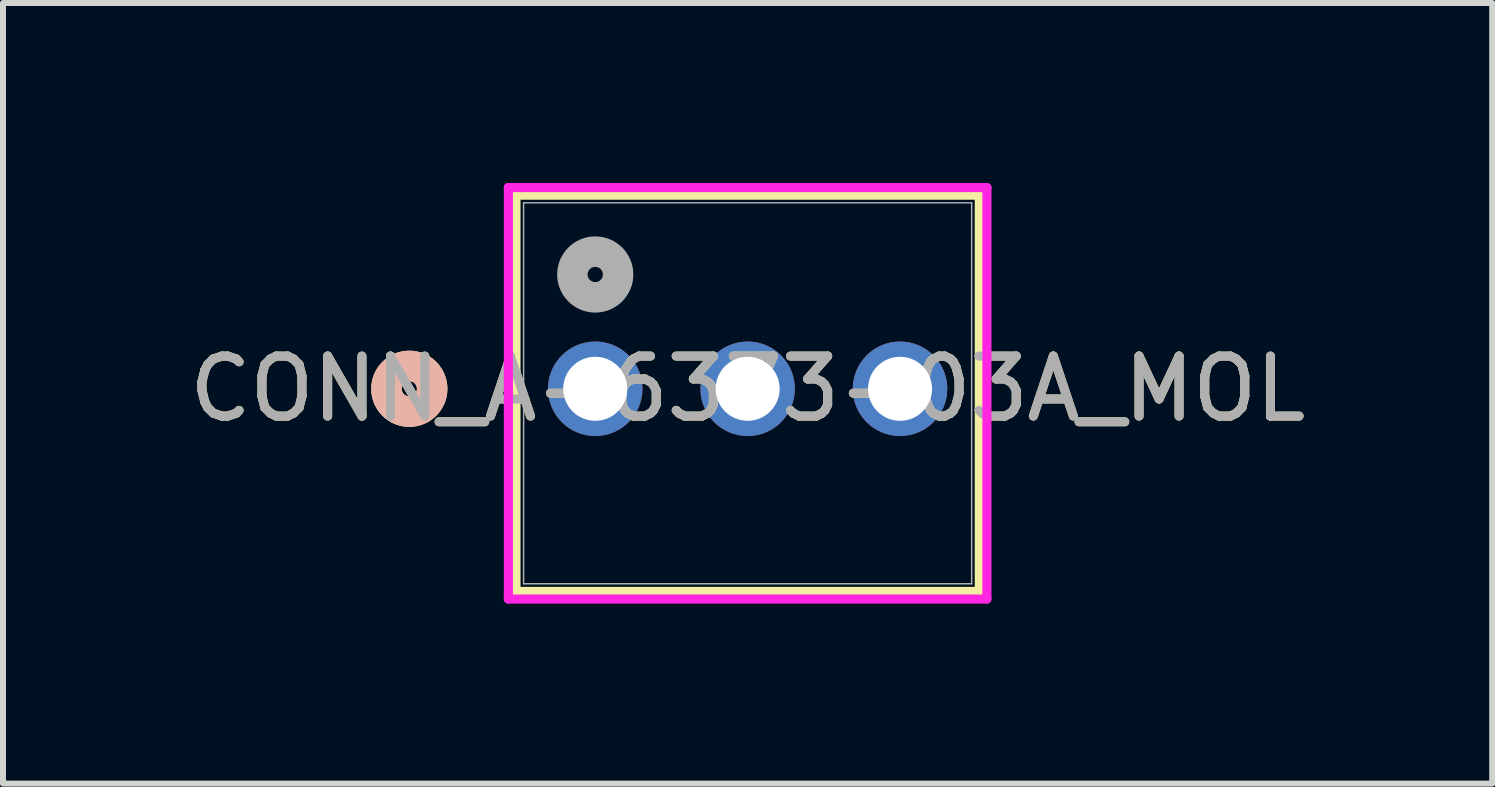
<source format=kicad_pcb>
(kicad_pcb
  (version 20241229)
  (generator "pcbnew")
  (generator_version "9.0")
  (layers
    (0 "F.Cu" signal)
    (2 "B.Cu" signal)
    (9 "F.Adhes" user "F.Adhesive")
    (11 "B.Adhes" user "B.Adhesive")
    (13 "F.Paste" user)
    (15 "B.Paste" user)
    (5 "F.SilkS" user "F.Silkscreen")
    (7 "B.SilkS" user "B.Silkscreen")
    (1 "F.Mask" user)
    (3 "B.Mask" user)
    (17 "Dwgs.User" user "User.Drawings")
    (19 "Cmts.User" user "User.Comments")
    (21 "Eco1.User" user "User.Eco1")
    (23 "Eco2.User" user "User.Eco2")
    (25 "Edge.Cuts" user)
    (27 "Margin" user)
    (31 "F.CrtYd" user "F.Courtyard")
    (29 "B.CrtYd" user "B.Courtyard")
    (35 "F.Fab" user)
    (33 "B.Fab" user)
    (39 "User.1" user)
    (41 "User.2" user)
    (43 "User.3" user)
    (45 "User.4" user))
  (footprint "CONN_A-6373-03A_MOL"
    (layer "F.Cu")
    (at 6.871 3.43)
    (property "Reference" "CONN_A-6373-03A_MOL" (at 2.54 0 0) (unlocked yes) (layer "F.SilkS") (effects (font (size 1 1) (thickness 0.15))))
    (attr through_hole)
    (fp_line (start -1.321 -3.227) (end -1.321 3.377) (stroke (width 0.152) (type solid)) (layer "F.SilkS"))
    (fp_line (start -1.321 3.377) (end 6.401 3.377) (stroke (width 0.152) (type solid)) (layer "F.SilkS"))
    (fp_line (start 6.401 -3.227) (end -1.321 -3.227) (stroke (width 0.152) (type solid)) (layer "F.SilkS"))
    (fp_line (start 6.401 3.377) (end 6.401 -3.227) (stroke (width 0.152) (type solid)) (layer "F.SilkS"))
    (fp_circle (center -3.099 0) (end -2.718 0) (stroke (width 0.508) (type solid)) (fill no) (layer "F.SilkS"))
    (fp_circle (center -3.099 0) (end -2.718 0) (stroke (width 0.508) (type solid)) (fill no) (layer "B.SilkS"))
    (fp_line (start -1.448 -3.354) (end -1.448 3.504) (stroke (width 0.152) (type solid)) (layer "F.CrtYd"))
    (fp_line (start -1.448 3.504) (end 6.528 3.504) (stroke (width 0.152) (type solid)) (layer "F.CrtYd"))
    (fp_line (start 6.528 -3.354) (end -1.448 -3.354) (stroke (width 0.152) (type solid)) (layer "F.CrtYd"))
    (fp_line (start 6.528 3.504) (end 6.528 -3.354) (stroke (width 0.152) (type solid)) (layer "F.CrtYd"))
    (fp_line (start -1.194 -3.1) (end -1.194 3.25) (stroke (width 0.025) (type solid)) (layer "F.Fab"))
    (fp_line (start -1.194 3.25) (end 6.274 3.25) (stroke (width 0.025) (type solid)) (layer "F.Fab"))
    (fp_line (start 6.274 -3.1) (end -1.194 -3.1) (stroke (width 0.025) (type solid)) (layer "F.Fab"))
    (fp_line (start 6.274 3.25) (end 6.274 -3.1) (stroke (width 0.025) (type solid)) (layer "F.Fab"))
    (fp_circle (center 0 -1.905) (end 0.381 -1.905) (stroke (width 0.508) (type solid)) (fill no) (layer "F.Fab"))
    (fp_text user "${REFERENCE}" (at 2.54 0 0) (unlocked yes) (layer "F.Fab") (effects (font (size 1 1) (thickness 0.15))))
    (pad "1" thru_hole circle (at 0 0) (size 1.575 1.575) (drill 1.067) (layers "*.Cu" "*.Mask"))
    (pad "2" thru_hole circle (at 2.54 0) (size 1.575 1.575) (drill 1.067) (layers "*.Cu" "*.Mask"))
    (pad "3" thru_hole circle (at 5.08 0) (size 1.575 1.575) (drill 1.067) (layers "*.Cu" "*.Mask")))
  (gr_rect
    (start -3 -3)
    (end 21.821 10.01)
    (stroke (width 0.1) (type default))
    (fill no)
    (layer "Edge.Cuts")))
</source>
